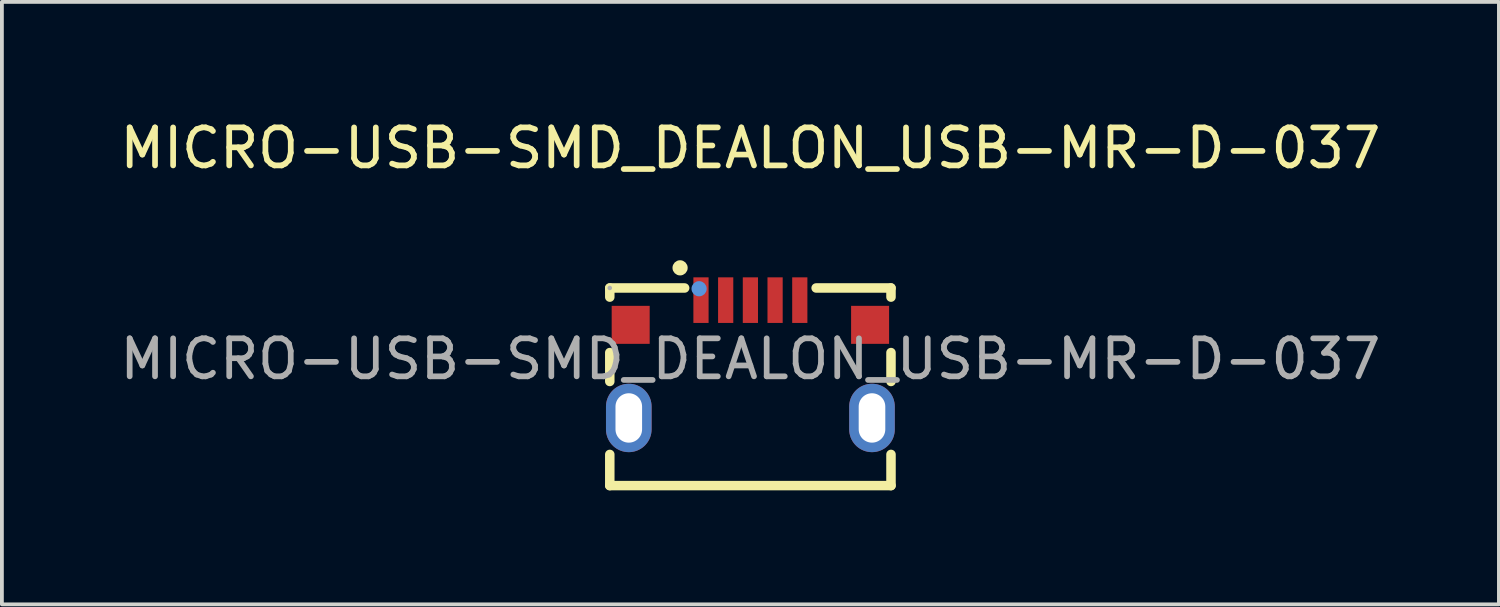
<source format=kicad_pcb>
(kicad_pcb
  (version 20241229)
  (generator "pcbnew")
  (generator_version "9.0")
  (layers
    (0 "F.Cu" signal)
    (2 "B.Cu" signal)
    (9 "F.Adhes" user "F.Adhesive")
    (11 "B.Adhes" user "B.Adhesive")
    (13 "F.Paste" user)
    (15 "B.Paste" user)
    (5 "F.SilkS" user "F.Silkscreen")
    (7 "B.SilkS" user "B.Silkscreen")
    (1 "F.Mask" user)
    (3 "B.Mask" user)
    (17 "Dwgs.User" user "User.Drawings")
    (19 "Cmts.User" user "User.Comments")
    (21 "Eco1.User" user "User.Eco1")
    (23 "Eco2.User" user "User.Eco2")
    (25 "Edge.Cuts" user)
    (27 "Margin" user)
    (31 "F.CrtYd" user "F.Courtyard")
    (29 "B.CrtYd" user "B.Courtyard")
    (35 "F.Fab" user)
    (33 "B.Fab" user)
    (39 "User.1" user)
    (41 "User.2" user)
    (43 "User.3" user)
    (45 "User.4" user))
  (footprint "MICRO-USB-SMD_DEALON_USB-MR-D-037"
    (layer "F.Cu")
    (at 16.696 6.398)
    (property "Reference" "MICRO-USB-SMD_DEALON_USB-MR-D-037" (at 0 -5.55 0) (layer "F.SilkS") (effects (font (size 1 1) (thickness 0.15))))
    (attr smd)
    (fp_line (start -3.7 -1.87) (end -1.73 -1.87) (stroke (width 0.25) (type solid)) (layer "F.SilkS"))
    (fp_line (start -3.7 -1.63) (end -3.7 -1.87) (stroke (width 0.25) (type solid)) (layer "F.SilkS"))
    (fp_line (start -3.7 0.59) (end -3.7 -0.17) (stroke (width 0.25) (type solid)) (layer "F.SilkS"))
    (fp_line (start -3.7 3.33) (end -3.7 2.51) (stroke (width 0.25) (type solid)) (layer "F.SilkS"))
    (fp_line (start 1.73 -1.87) (end 3.7 -1.87) (stroke (width 0.25) (type solid)) (layer "F.SilkS"))
    (fp_line (start 3.7 -1.87) (end 3.7 -1.63) (stroke (width 0.25) (type solid)) (layer "F.SilkS"))
    (fp_line (start 3.7 -0.17) (end 3.7 0.59) (stroke (width 0.25) (type solid)) (layer "F.SilkS"))
    (fp_line (start 3.7 2.51) (end 3.7 3.33) (stroke (width 0.25) (type solid)) (layer "F.SilkS"))
    (fp_line (start 3.7 3.33) (end -3.7 3.33) (stroke (width 0.25) (type solid)) (layer "F.SilkS"))
    (fp_circle (center -1.85 -2.4) (end -1.75 -2.4) (stroke (width 0.2) (type solid)) (fill no) (layer "F.SilkS"))
    (fp_circle (center -1.35 -1.85) (end -1.25 -1.85) (stroke (width 0.2) (type solid)) (fill no) (layer "Cmts.User"))
    (fp_circle (center -3.7 -1.87) (end -3.67 -1.87) (stroke (width 0.06) (type solid)) (fill no) (layer "F.Fab"))
    (fp_text user "${REFERENCE}" (at 0 0 0) (layer "F.Fab") (effects (font (size 1 1) (thickness 0.15))))
    (pad "1" smd rect (at -1.3 -1.55) (size 0.4 1.2) (layers "F.Cu" "F.Mask" "F.Paste"))
    (pad "2" smd rect (at -0.65 -1.55) (size 0.4 1.2) (layers "F.Cu" "F.Mask" "F.Paste"))
    (pad "3" smd rect (at 0 -1.55) (size 0.4 1.2) (layers "F.Cu" "F.Mask" "F.Paste"))
    (pad "4" smd rect (at 0.65 -1.55) (size 0.4 1.2) (layers "F.Cu" "F.Mask" "F.Paste"))
    (pad "5" smd rect (at 1.3 -1.55) (size 0.4 1.2) (layers "F.Cu" "F.Mask" "F.Paste"))
    (pad "6" smd rect (at 3.15 -0.9) (size 1 1) (layers "F.Cu" "F.Mask" "F.Paste"))
    (pad "7" thru_hole oval (at 3.2 1.55) (size 1.2 1.8) (drill oval 0.7 1.3) (layers "*.Cu" "*.Mask"))
    (pad "8" thru_hole oval (at -3.2 1.55) (size 1.2 1.8) (drill oval 0.7 1.3) (layers "*.Cu" "*.Mask"))
    (pad "9" smd rect (at -3.15 -0.9) (size 1 1) (layers "F.Cu" "F.Mask" "F.Paste")))
  (gr_rect
    (start -3 -3)
    (end 36.393 12.853)
    (stroke (width 0.1) (type default))
    (fill no)
    (layer "Edge.Cuts")))
</source>
